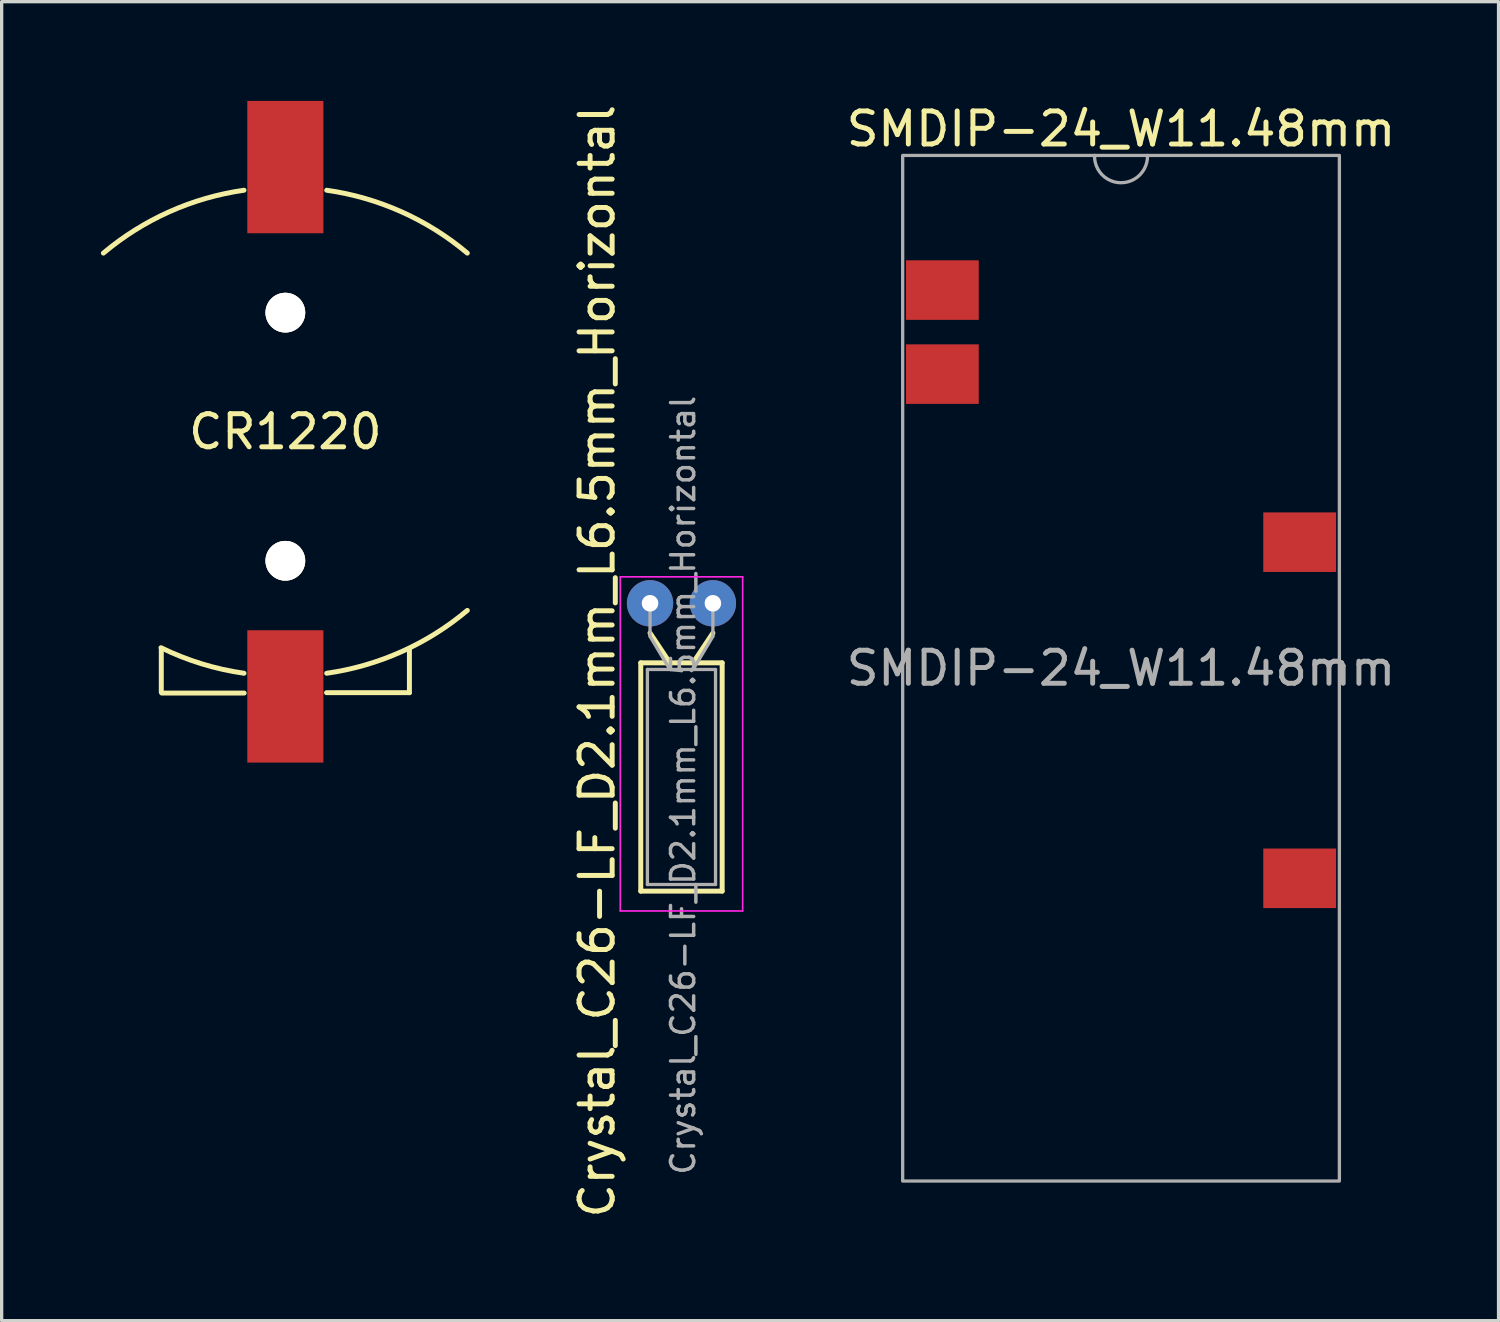
<source format=kicad_pcb>
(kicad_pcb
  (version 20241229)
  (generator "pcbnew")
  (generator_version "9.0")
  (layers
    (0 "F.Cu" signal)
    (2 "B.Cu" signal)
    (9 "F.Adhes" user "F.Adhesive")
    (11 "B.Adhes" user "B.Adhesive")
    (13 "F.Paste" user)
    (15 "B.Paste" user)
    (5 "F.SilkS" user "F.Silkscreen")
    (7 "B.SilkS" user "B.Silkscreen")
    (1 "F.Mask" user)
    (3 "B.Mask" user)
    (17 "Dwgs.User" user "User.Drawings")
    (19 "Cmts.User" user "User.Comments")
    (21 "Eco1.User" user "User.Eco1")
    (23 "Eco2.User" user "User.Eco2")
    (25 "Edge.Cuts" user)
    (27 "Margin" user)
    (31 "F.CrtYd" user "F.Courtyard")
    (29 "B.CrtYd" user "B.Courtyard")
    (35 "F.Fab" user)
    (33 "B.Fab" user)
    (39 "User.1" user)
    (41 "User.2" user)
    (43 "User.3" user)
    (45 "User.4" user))
  (footprint "Crystal_C26-LF_D2.1mm_L6.5mm_Horizontal"
    (layer "F.Cu")
    (at 16.598 15.185)
    (property "Reference" "Crystal_C26-LF_D2.1mm_L6.5mm_Horizontal" (at -1.6 1.75 90) (layer "F.SilkS") (effects (font (size 1 1) (thickness 0.15))))
    (attr through_hole)
    (fp_line (start -0.28 1.8) (end -0.28 8.7) (stroke (width 0.15) (type solid)) (layer "F.SilkS"))
    (fp_line (start -0.28 8.7) (end 2.18 8.7) (stroke (width 0.15) (type solid)) (layer "F.SilkS"))
    (fp_line (start 0.6 1.8) (end 0 0.9) (stroke (width 0.15) (type solid)) (layer "F.SilkS"))
    (fp_line (start 1.3 1.8) (end 1.9 0.9) (stroke (width 0.15) (type solid)) (layer "F.SilkS"))
    (fp_line (start 2.18 1.8) (end -0.28 1.8) (stroke (width 0.15) (type solid)) (layer "F.SilkS"))
    (fp_line (start 2.18 8.7) (end 2.18 1.8) (stroke (width 0.15) (type solid)) (layer "F.SilkS"))
    (fp_line (start -0.9 -0.8) (end -0.9 9.3) (stroke (width 0.05) (type solid)) (layer "F.CrtYd"))
    (fp_line (start -0.9 9.3) (end 2.8 9.3) (stroke (width 0.05) (type solid)) (layer "F.CrtYd"))
    (fp_line (start 2.8 -0.8) (end -0.9 -0.8) (stroke (width 0.05) (type solid)) (layer "F.CrtYd"))
    (fp_line (start 2.8 9.3) (end 2.8 -0.8) (stroke (width 0.05) (type solid)) (layer "F.CrtYd"))
    (fp_line (start -0.08 2) (end -0.08 8.5) (stroke (width 0.1) (type solid)) (layer "F.Fab"))
    (fp_line (start -0.08 8.5) (end 1.98 8.5) (stroke (width 0.1) (type solid)) (layer "F.Fab"))
    (fp_line (start 0 1) (end 0 0) (stroke (width 0.1) (type solid)) (layer "F.Fab"))
    (fp_line (start 0.6 2) (end 0 1) (stroke (width 0.1) (type solid)) (layer "F.Fab"))
    (fp_line (start 1.3 2) (end 1.9 1) (stroke (width 0.1) (type solid)) (layer "F.Fab"))
    (fp_line (start 1.9 1) (end 1.9 0) (stroke (width 0.1) (type solid)) (layer "F.Fab"))
    (fp_line (start 1.98 2) (end -0.08 2) (stroke (width 0.1) (type solid)) (layer "F.Fab"))
    (fp_line (start 1.98 8.5) (end 1.98 2) (stroke (width 0.1) (type solid)) (layer "F.Fab"))
    (fp_text user "${REFERENCE}" (at 1 5.5 90) (layer "F.Fab") (effects (font (size 0.7 0.7) (thickness 0.105))))
    (pad "1" thru_hole circle (at 0 0) (size 1.4 1.4) (drill 0.5) (layers "*.Cu" "*.Mask"))
    (pad "2" thru_hole circle (at 1.9 0) (size 1.4 1.4) (drill 0.5) (layers "*.Cu" "*.Mask")))
  (footprint "SMDIP-24_W11.48mm"
    (layer "F.Cu")
    (at 30.834 17.148)
    (property "Reference" "SMDIP-24_W11.48mm" (at 0 -16.3 0) (layer "F.SilkS") (effects (font (size 1 1) (thickness 0.15))))
    (attr smd)
    (fp_rect (start -6.6 -15.5) (end 6.6 15.5) (stroke (width 0.1) (type solid)) (fill no) (layer "F.Fab"))
    (fp_arc (start 0.8 -15.5) (mid 0 -14.673743) (end -0.8 -15.5) (stroke (width 0.1) (type solid)) (layer "F.Fab"))
    (fp_text user "${REFERENCE}" (at 0 0 0) (layer "F.Fab") (effects (font (size 1 1) (thickness 0.15))))
    (pad "2" smd rect (at -5.4 -11.43) (size 2.2 1.8) (layers "F.Cu" "F.Mask" "F.Paste"))
    (pad "3" smd rect (at -5.4 -8.89) (size 2.2 1.8) (layers "F.Cu" "F.Mask" "F.Paste"))
    (pad "16" smd rect (at 5.4 6.35) (size 2.2 1.8) (layers "F.Cu" "F.Mask" "F.Paste"))
    (pad "20" smd rect (at 5.4 -3.81) (size 2.2 1.8) (layers "F.Cu" "F.Mask" "F.Paste")))
  (footprint "CR1220"
    (layer "F.Cu")
    (at 5.575 10)
    (property "Reference" "CR1220" (at 0 0 0) (layer "F.SilkS") (effects (font (size 1 1) (thickness 0.15))))
    (attr through_hole)
    (fp_line (start -3.75 6.579) (end -3.75 7.874) (stroke (width 0.15) (type solid)) (layer "F.SilkS"))
    (fp_line (start -3.734 7.899) (end -1.245 7.899) (stroke (width 0.15) (type solid)) (layer "F.SilkS"))
    (fp_line (start 3.75 7.887) (end 1.245 7.887) (stroke (width 0.15) (type solid)) (layer "F.SilkS"))
    (fp_line (start 3.75 7.887) (end 3.75 6.579) (stroke (width 0.15) (type solid)) (layer "F.SilkS"))
    (fp_arc (start -5.5 -5.4) (mid -3.508514 -6.648649) (end -1.25 -7.3) (stroke (width 0.15) (type solid)) (layer "F.SilkS"))
    (fp_arc (start -1.25 7.3) (mid -2.535046 7.012832) (end -3.7592 6.5278) (stroke (width 0.15) (type solid)) (layer "F.SilkS"))
    (fp_arc (start 1.25 -7.3) (mid 3.508514 -6.648649) (end 5.5 -5.4) (stroke (width 0.15) (type solid)) (layer "F.SilkS"))
    (fp_arc (start 5.5 5.4) (mid 3.508514 6.648649) (end 1.25 7.3) (stroke (width 0.15) (type solid)) (layer "F.SilkS"))
    (pad "" thru_hole circle (at 0 -3.6) (size 1.2 1.2) (drill 1.2) (layers "*.Cu" "F.SilkS"))
    (pad "" thru_hole circle (at 0 3.9) (size 1.2 1.2) (drill 1.2) (layers "*.Cu" "F.SilkS"))
    (pad "1" smd rect (at 0 8) (size 2.3 4) (layers "F.Cu" "F.Mask" "F.Paste"))
    (pad "2" smd rect (at 0 -8) (size 2.3 4) (layers "F.Cu" "F.Mask" "F.Paste")))
  (gr_rect
    (start -3 -3)
    (end 42.245 36.869)
    (stroke (width 0.1) (type default))
    (fill no)
    (layer "Edge.Cuts")))
</source>
